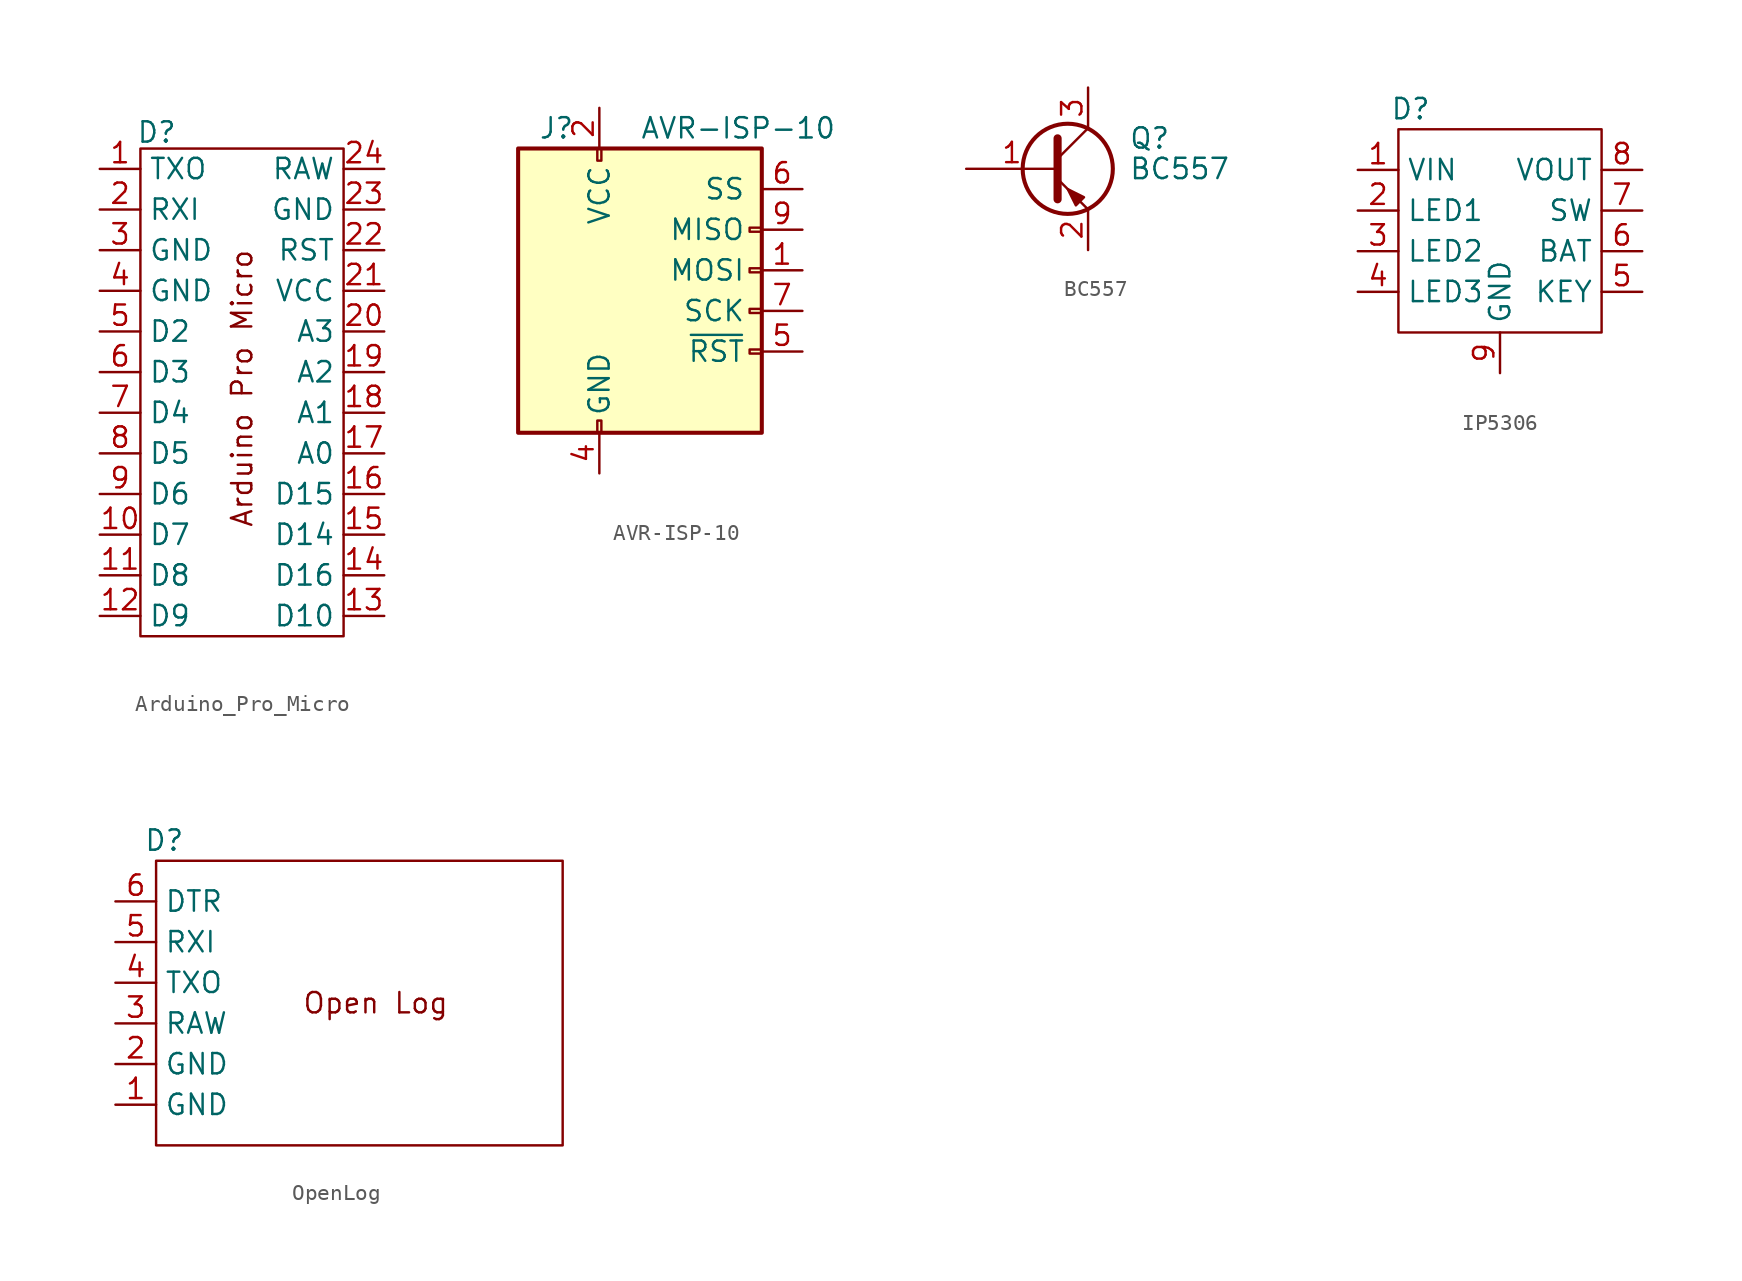
<source format=kicad_sym>
(kicad_symbol_lib
  (version 20231120)
  (generator "kicad_symbol_editor")
  (generator_version "8.0")
  (symbol "Arduino_Pro_Micro"
    (property "Reference" "D"
      (at 3.556 2.286 0)
      (effects (font (size 1.27 1.27))))
    (property "Value" ""
      (at 0 0 0)
      (effects (font (size 1.27 1.27))))
    (symbol "Arduino_Pro_Micro_1_1"
      (rectangle (start 2.54 1.27) (end 15.24 -29.21) (stroke (width 0) (type default)) (fill (type none)))
      (text "Arduino Pro Micro" (at 8.89 -13.716 900) (effects (font (size 1.27 1.27))))
      (pin output line (at 0 0 0) (length 2.54) (name "TXO" (effects (font (size 1.27 1.27)))) (number "1" (effects (font (size 1.27 1.27)))))
      (pin bidirectional line (at 0 -22.86 0) (length 2.54) (name "D7" (effects (font (size 1.27 1.27)))) (number "10" (effects (font (size 1.27 1.27)))))
      (pin bidirectional line (at 0 -25.4 0) (length 2.54) (name "D8" (effects (font (size 1.27 1.27)))) (number "11" (effects (font (size 1.27 1.27)))))
      (pin bidirectional line (at 0 -27.94 0) (length 2.54) (name "D9" (effects (font (size 1.27 1.27)))) (number "12" (effects (font (size 1.27 1.27)))))
      (pin bidirectional line (at 17.78 -27.94 180) (length 2.54) (name "D10" (effects (font (size 1.27 1.27)))) (number "13" (effects (font (size 1.27 1.27)))))
      (pin bidirectional line (at 17.78 -25.4 180) (length 2.54) (name "D16" (effects (font (size 1.27 1.27)))) (number "14" (effects (font (size 1.27 1.27)))))
      (pin bidirectional line (at 17.78 -22.86 180) (length 2.54) (name "D14" (effects (font (size 1.27 1.27)))) (number "15" (effects (font (size 1.27 1.27)))))
      (pin bidirectional line (at 17.78 -20.32 180) (length 2.54) (name "D15" (effects (font (size 1.27 1.27)))) (number "16" (effects (font (size 1.27 1.27)))))
      (pin bidirectional line (at 17.78 -17.78 180) (length 2.54) (name "A0" (effects (font (size 1.27 1.27)))) (number "17" (effects (font (size 1.27 1.27)))))
      (pin bidirectional line (at 17.78 -15.24 180) (length 2.54) (name "A1" (effects (font (size 1.27 1.27)))) (number "18" (effects (font (size 1.27 1.27)))))
      (pin bidirectional line (at 17.78 -12.7 180) (length 2.54) (name "A2" (effects (font (size 1.27 1.27)))) (number "19" (effects (font (size 1.27 1.27)))))
      (pin input line (at 0 -2.54 0) (length 2.54) (name "RXI" (effects (font (size 1.27 1.27)))) (number "2" (effects (font (size 1.27 1.27)))))
      (pin bidirectional line (at 17.78 -10.16 180) (length 2.54) (name "A3" (effects (font (size 1.27 1.27)))) (number "20" (effects (font (size 1.27 1.27)))))
      (pin power_in line (at 17.78 -7.62 180) (length 2.54) (name "VCC" (effects (font (size 1.27 1.27)))) (number "21" (effects (font (size 1.27 1.27)))))
      (pin input line (at 17.78 -5.08 180) (length 2.54) (name "RST" (effects (font (size 1.27 1.27)))) (number "22" (effects (font (size 1.27 1.27)))))
      (pin power_in line (at 17.78 -2.54 180) (length 2.54) (name "GND" (effects (font (size 1.27 1.27)))) (number "23" (effects (font (size 1.27 1.27)))))
      (pin power_in line (at 17.78 0 180) (length 2.54) (name "RAW" (effects (font (size 1.27 1.27)))) (number "24" (effects (font (size 1.27 1.27)))))
      (pin power_in line (at 0 -5.08 0) (length 2.54) (name "GND" (effects (font (size 1.27 1.27)))) (number "3" (effects (font (size 1.27 1.27)))))
      (pin power_in line (at 0 -7.62 0) (length 2.54) (name "GND" (effects (font (size 1.27 1.27)))) (number "4" (effects (font (size 1.27 1.27)))))
      (pin bidirectional line (at 0 -10.16 0) (length 2.54) (name "D2" (effects (font (size 1.27 1.27)))) (number "5" (effects (font (size 1.27 1.27)))))
      (pin bidirectional line (at 0 -12.7 0) (length 2.54) (name "D3" (effects (font (size 1.27 1.27)))) (number "6" (effects (font (size 1.27 1.27)))))
      (pin bidirectional line (at 0 -15.24 0) (length 2.54) (name "D4" (effects (font (size 1.27 1.27)))) (number "7" (effects (font (size 1.27 1.27)))))
      (pin bidirectional line (at 0 -17.78 0) (length 2.54) (name "D5" (effects (font (size 1.27 1.27)))) (number "8" (effects (font (size 1.27 1.27)))))
      (pin bidirectional line (at 0 -20.32 0) (length 2.54) (name "D6" (effects (font (size 1.27 1.27)))) (number "9" (effects (font (size 1.27 1.27)))))))
  (symbol "AVR-ISP-10"
    (pin_names
      (offset 1.016))
    (property "Reference" "J"
      (at -6.35 11.43 0)
      (effects (font (size 1.27 1.27)) (justify left)))
    (property "Value" "AVR-ISP-10"
      (at 0 11.43 0)
      (effects (font (size 1.27 1.27)) (justify left)))
    (symbol "AVR-ISP-10_0_1"
      (rectangle (start -2.667 -6.858) (end -2.413 -7.62) (stroke (width 0) (type default)) (fill (type none)))
      (rectangle (start -2.667 10.16) (end -2.413 9.398) (stroke (width 0) (type default)) (fill (type none)))
      (rectangle (start 7.62 -2.413) (end 6.858 -2.667) (stroke (width 0) (type default)) (fill (type none)))
      (rectangle (start 7.62 0.127) (end 6.858 -0.127) (stroke (width 0) (type default)) (fill (type none)))
      (rectangle (start 7.62 2.667) (end 6.858 2.413) (stroke (width 0) (type default)) (fill (type none)))
      (rectangle (start 7.62 5.207) (end 6.858 4.953) (stroke (width 0) (type default)) (fill (type none)))
      (rectangle (start 7.62 10.16) (end -7.62 -7.62) (stroke (width 0.254) (type default)) (fill (type background))))
    (symbol "AVR-ISP-10_1_1"
      (pin passive line (at 10.16 2.54 180) (length 2.54) (name "MOSI" (effects (font (size 1.27 1.27)))) (number "1" (effects (font (size 1.27 1.27)))))
      (pin passive line (at -2.54 -10.16 90) (length 2.54) hide (name "GND" (effects (font (size 1.27 1.27)))) (number "10" (effects (font (size 1.27 1.27)))))
      (pin passive line (at -2.54 12.7 270) (length 2.54) (name "VCC" (effects (font (size 1.27 1.27)))) (number "2" (effects (font (size 1.27 1.27)))))
      (pin no_connect line (at 7.62 -5.08 180) (length 2.54) hide (name "NC" (effects (font (size 1.27 1.27)))) (number "3" (effects (font (size 1.27 1.27)))))
      (pin passive line (at -2.54 -10.16 90) (length 2.54) (name "GND" (effects (font (size 1.27 1.27)))) (number "4" (effects (font (size 1.27 1.27)))))
      (pin passive line (at 10.16 -2.54 180) (length 2.54) (name "~{RST}" (effects (font (size 1.27 1.27)))) (number "5" (effects (font (size 1.27 1.27)))))
      (pin passive line (at 10.16 7.62 180) (length 2.54) (name "SS" (effects (font (size 1.27 1.27)))) (number "6" (effects (font (size 1.27 1.27)))))
      (pin passive line (at 10.16 0 180) (length 2.54) (name "SCK" (effects (font (size 1.27 1.27)))) (number "7" (effects (font (size 1.27 1.27)))))
      (pin passive line (at -2.54 -10.16 90) (length 2.54) hide (name "GND" (effects (font (size 1.27 1.27)))) (number "8" (effects (font (size 1.27 1.27)))))
      (pin passive line (at 10.16 5.08 180) (length 2.54) (name "MISO" (effects (font (size 1.27 1.27)))) (number "9" (effects (font (size 1.27 1.27)))))))
  (symbol "BC557"
    (pin_names
      (offset 0) hide)
    (property "Reference" "Q"
      (at 5.08 1.905 0)
      (effects (font (size 1.27 1.27)) (justify left)))
    (property "Value" "BC557"
      (at 5.08 0 0)
      (effects (font (size 1.27 1.27)) (justify left)))
    (symbol "BC557_0_1"
      (polyline (pts (xy 0.635 0.635) (xy 2.54 2.54)) (stroke (width 0) (type default)) (fill (type none)))
      (polyline (pts (xy 0.635 -0.635) (xy 2.54 -2.54) (xy 2.54 -2.54)) (stroke (width 0) (type default)) (fill (type none)))
      (polyline (pts (xy 0.635 1.905) (xy 0.635 -1.905) (xy 0.635 -1.905)) (stroke (width 0.508) (type default)) (fill (type none)))
      (polyline (pts (xy 2.286 -1.778) (xy 1.778 -2.286) (xy 1.27 -1.27) (xy 2.286 -1.778) (xy 2.286 -1.778)) (stroke (width 0) (type default)) (fill (type outline)))
      (circle (center 1.27 0) (radius 2.819) (stroke (width 0.254) (type default)) (fill (type none))))
    (symbol "BC557_1_1"
      (pin input line (at -5.08 0 0) (length 5.715) (name "B" (effects (font (size 1.27 1.27)))) (number "1" (effects (font (size 1.27 1.27)))))
      (pin passive line (at 2.54 -5.08 90) (length 2.54) (name "E" (effects (font (size 1.27 1.27)))) (number "2" (effects (font (size 1.27 1.27)))))
      (pin passive line (at 2.54 5.08 270) (length 2.54) (name "C" (effects (font (size 1.27 1.27)))) (number "3" (effects (font (size 1.27 1.27)))))))
  (symbol "IP5306"
    (property "Reference" "D"
      (at 3.302 3.81 0)
      (effects (font (size 1.27 1.27))))
    (property "Value" ""
      (at 0 0 0)
      (effects (font (size 1.27 1.27))))
    (symbol "IP5306_0_1"
      (rectangle (start 2.54 2.54) (end 15.24 -10.16) (stroke (width 0) (type default)) (fill (type none))))
    (symbol "IP5306_1_1"
      (pin power_in line (at 0 0 0) (length 2.54) (name "VIN" (effects (font (size 1.27 1.27)))) (number "1" (effects (font (size 1.27 1.27)))))
      (pin output line (at 0 -2.54 0) (length 2.54) (name "LED1" (effects (font (size 1.27 1.27)))) (number "2" (effects (font (size 1.27 1.27)))))
      (pin output line (at 0 -5.08 0) (length 2.54) (name "LED2" (effects (font (size 1.27 1.27)))) (number "3" (effects (font (size 1.27 1.27)))))
      (pin output line (at 0 -7.62 0) (length 2.54) (name "LED3" (effects (font (size 1.27 1.27)))) (number "4" (effects (font (size 1.27 1.27)))))
      (pin bidirectional line (at 17.78 -7.62 180) (length 2.54) (name "KEY" (effects (font (size 1.27 1.27)))) (number "5" (effects (font (size 1.27 1.27)))))
      (pin input line (at 17.78 -5.08 180) (length 2.54) (name "BAT" (effects (font (size 1.27 1.27)))) (number "6" (effects (font (size 1.27 1.27)))))
      (pin output line (at 17.78 -2.54 180) (length 2.54) (name "SW" (effects (font (size 1.27 1.27)))) (number "7" (effects (font (size 1.27 1.27)))))
      (pin power_out line (at 17.78 0 180) (length 2.54) (name "VOUT" (effects (font (size 1.27 1.27)))) (number "8" (effects (font (size 1.27 1.27)))))
      (pin power_in line (at 8.89 -12.7 90) (length 2.54) (name "GND" (effects (font (size 1.27 1.27)))) (number "9" (effects (font (size 1.27 1.27)))))))
  (symbol "OpenLog"
    (property "Reference" "D"
      (at 3.048 3.81 0)
      (effects (font (size 1.27 1.27))))
    (property "Value" ""
      (at 0 0 0)
      (effects (font (size 1.27 1.27))))
    (symbol "OpenLog_0_1"
      (rectangle (start 2.54 2.54) (end 27.94 -15.24) (stroke (width 0) (type default)) (fill (type none))))
    (symbol "OpenLog_1_1"
      (text "Open Log" (at 16.256 -6.35 0) (effects (font (size 1.27 1.27))))
      (pin power_in line (at 0 -12.7 0) (length 2.54) (name "GND" (effects (font (size 1.27 1.27)))) (number "1" (effects (font (size 1.27 1.27)))))
      (pin power_in line (at 0 -10.16 0) (length 2.54) (name "GND" (effects (font (size 1.27 1.27)))) (number "2" (effects (font (size 1.27 1.27)))))
      (pin power_in line (at 0 -7.62 0) (length 2.54) (name "RAW" (effects (font (size 1.27 1.27)))) (number "3" (effects (font (size 1.27 1.27)))))
      (pin output line (at 0 -5.08 0) (length 2.54) (name "TXO" (effects (font (size 1.27 1.27)))) (number "4" (effects (font (size 1.27 1.27)))))
      (pin input line (at 0 -2.54 0) (length 2.54) (name "RXI" (effects (font (size 1.27 1.27)))) (number "5" (effects (font (size 1.27 1.27)))))
      (pin input line (at 0 0 0) (length 2.54) (name "DTR" (effects (font (size 1.27 1.27)))) (number "6" (effects (font (size 1.27 1.27))))))))
</source>
